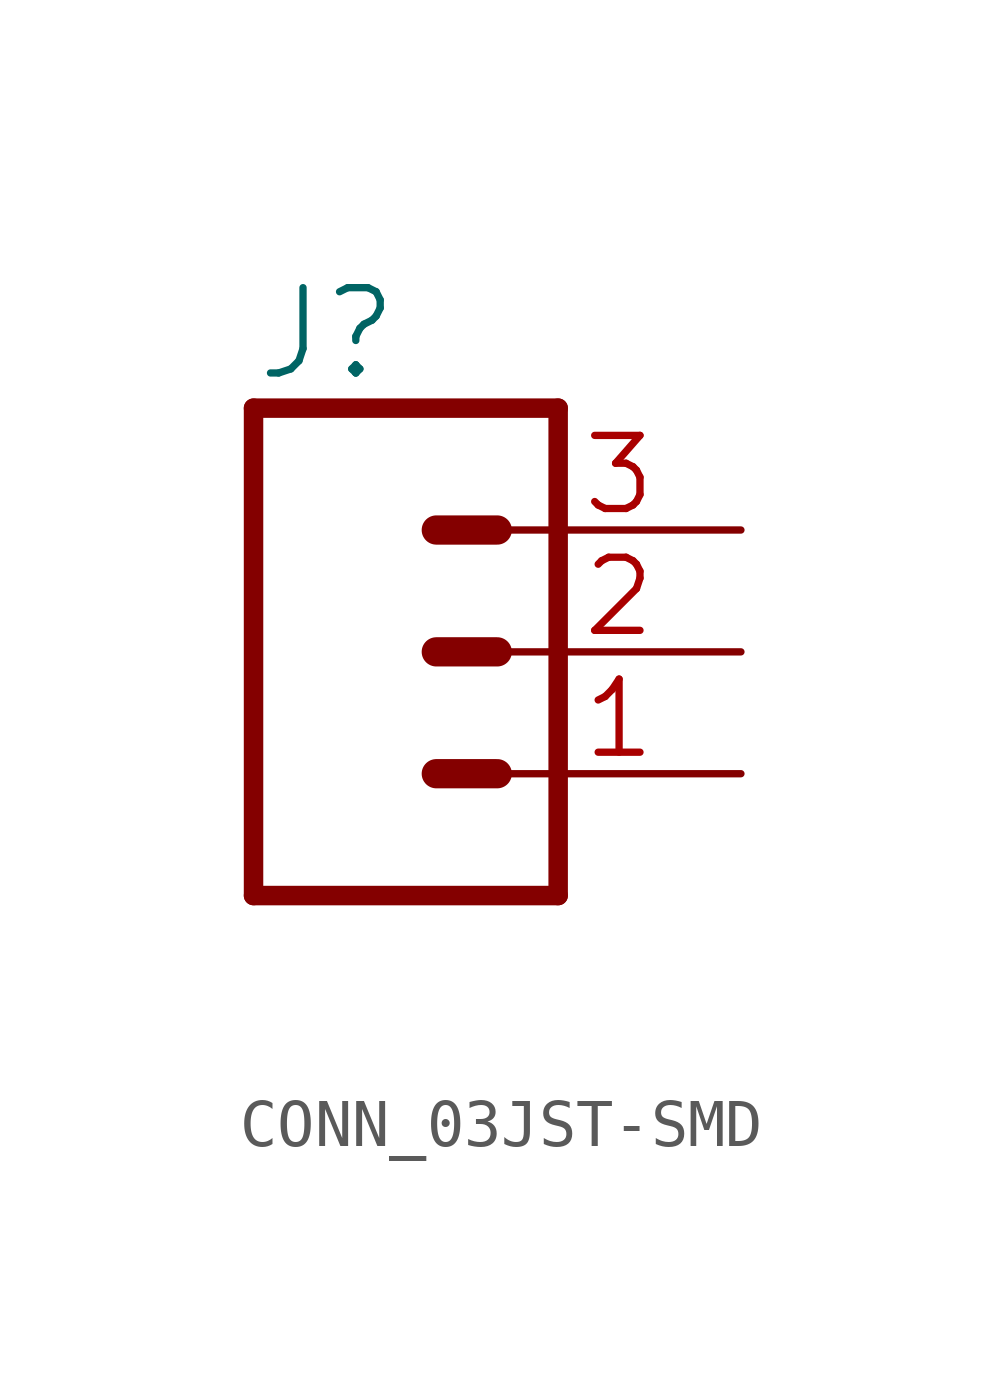
<source format=kicad_sym>
(kicad_symbol_lib
  (version 20241209)
  (generator "kicad_symbol_editor")
  (generator_version "9.0")
  (symbol "CONN_03JST-SMD"
    (property "Reference" "J"
      (at -2.54 5.588 0)
      (effects (font (size 1.778 1.778)) (justify left bottom)))
    (property "Value" ""
      (at -2.54 -7.366 0)
      (effects (font (size 1.778 1.778)) (justify left bottom)))
    (property "ki_locked" ""
      (at 0 0 0)
      (effects (font (size 1.27 1.27))))
    (symbol "CONN_03JST-SMD_1_0"
      (polyline (pts (xy -2.54 5.08) (xy -2.54 -5.08)) (stroke (width 0.406) (type solid)) (fill (type none)))
      (polyline (pts (xy -2.54 5.08) (xy 3.81 5.08)) (stroke (width 0.406) (type solid)) (fill (type none)))
      (polyline (pts (xy 1.27 2.54) (xy 2.54 2.54)) (stroke (width 0.61) (type solid)) (fill (type none)))
      (polyline (pts (xy 1.27 0) (xy 2.54 0)) (stroke (width 0.61) (type solid)) (fill (type none)))
      (polyline (pts (xy 1.27 -2.54) (xy 2.54 -2.54)) (stroke (width 0.61) (type solid)) (fill (type none)))
      (polyline (pts (xy 3.81 -5.08) (xy -2.54 -5.08)) (stroke (width 0.406) (type solid)) (fill (type none)))
      (polyline (pts (xy 3.81 -5.08) (xy 3.81 5.08)) (stroke (width 0.406) (type solid)) (fill (type none)))
      (pin passive line (at 7.62 2.54 180) (length 5.08) (name "3" (effects (font (size 0 0)))) (number "3" (effects (font (size 1.524 1.524)))))
      (pin passive line (at 7.62 0 180) (length 5.08) (name "2" (effects (font (size 0 0)))) (number "2" (effects (font (size 1.524 1.524)))))
      (pin passive line (at 7.62 -2.54 180) (length 5.08) (name "1" (effects (font (size 0 0)))) (number "1" (effects (font (size 1.524 1.524))))))))
</source>
